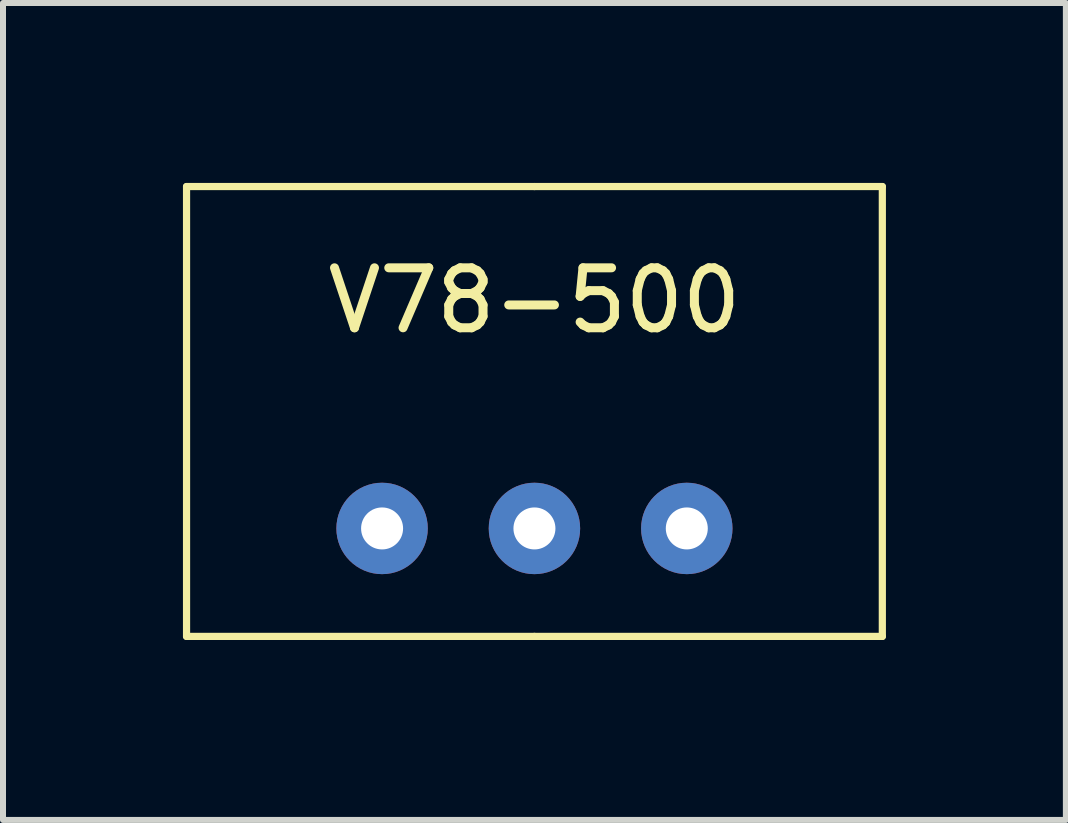
<source format=kicad_pcb>
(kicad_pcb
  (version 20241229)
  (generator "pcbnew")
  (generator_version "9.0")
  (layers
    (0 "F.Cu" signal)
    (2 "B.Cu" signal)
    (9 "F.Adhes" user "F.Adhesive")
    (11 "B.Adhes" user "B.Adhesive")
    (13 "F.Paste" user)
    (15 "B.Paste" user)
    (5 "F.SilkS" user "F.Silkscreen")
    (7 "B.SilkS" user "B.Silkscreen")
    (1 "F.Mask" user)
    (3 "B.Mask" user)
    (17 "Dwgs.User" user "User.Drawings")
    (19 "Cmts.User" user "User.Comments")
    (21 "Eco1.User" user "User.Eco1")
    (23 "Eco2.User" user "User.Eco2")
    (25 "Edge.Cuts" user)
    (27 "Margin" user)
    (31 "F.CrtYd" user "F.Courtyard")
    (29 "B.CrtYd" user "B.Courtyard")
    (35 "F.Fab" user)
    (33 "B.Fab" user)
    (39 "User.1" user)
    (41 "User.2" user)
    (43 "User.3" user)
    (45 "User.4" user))
  (footprint "V78-500"
    (layer "F.Cu")
    (at 5.86 5.76)
    (property "Reference" "V78-500" (at 0 -3.8 0) (layer "F.SilkS") (effects (font (size 1 1) (thickness 0.15))))
    (attr through_hole)
    (fp_line (start -5.8 1.8) (end -5.8 -5.7) (stroke (width 0.12) (type solid)) (layer "F.SilkS"))
    (fp_line (start 0 -5.7) (end -5.8 -5.7) (stroke (width 0.12) (type solid)) (layer "F.SilkS"))
    (fp_line (start 0 1.8) (end -5.8 1.8) (stroke (width 0.12) (type solid)) (layer "F.SilkS"))
    (fp_line (start 5.8 -5.7) (end 0 -5.7) (stroke (width 0.12) (type solid)) (layer "F.SilkS"))
    (fp_line (start 5.8 -5.7) (end 5.8 1.8) (stroke (width 0.12) (type solid)) (layer "F.SilkS"))
    (fp_line (start 5.8 1.8) (end 0 1.8) (stroke (width 0.12) (type solid)) (layer "F.SilkS"))
    (pad "1" thru_hole circle (at -2.54 0) (size 1.524 1.524) (drill 0.7) (layers "*.Cu" "*.Mask"))
    (pad "2" thru_hole circle (at 0 0) (size 1.524 1.524) (drill 0.7) (layers "*.Cu" "*.Mask"))
    (pad "3" thru_hole circle (at 2.54 0) (size 1.524 1.524) (drill 0.7) (layers "*.Cu" "*.Mask")))
  (gr_rect
    (start -3 -3)
    (end 14.72 10.62)
    (stroke (width 0.1) (type default))
    (fill no)
    (layer "Edge.Cuts")))
</source>
